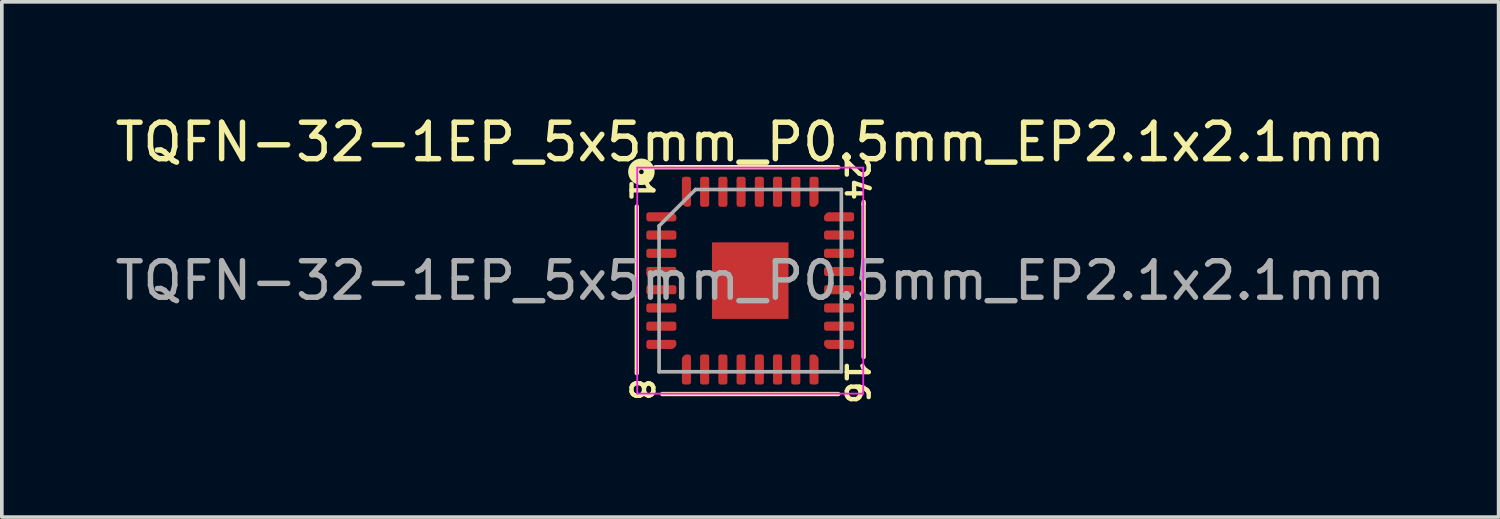
<source format=kicad_pcb>
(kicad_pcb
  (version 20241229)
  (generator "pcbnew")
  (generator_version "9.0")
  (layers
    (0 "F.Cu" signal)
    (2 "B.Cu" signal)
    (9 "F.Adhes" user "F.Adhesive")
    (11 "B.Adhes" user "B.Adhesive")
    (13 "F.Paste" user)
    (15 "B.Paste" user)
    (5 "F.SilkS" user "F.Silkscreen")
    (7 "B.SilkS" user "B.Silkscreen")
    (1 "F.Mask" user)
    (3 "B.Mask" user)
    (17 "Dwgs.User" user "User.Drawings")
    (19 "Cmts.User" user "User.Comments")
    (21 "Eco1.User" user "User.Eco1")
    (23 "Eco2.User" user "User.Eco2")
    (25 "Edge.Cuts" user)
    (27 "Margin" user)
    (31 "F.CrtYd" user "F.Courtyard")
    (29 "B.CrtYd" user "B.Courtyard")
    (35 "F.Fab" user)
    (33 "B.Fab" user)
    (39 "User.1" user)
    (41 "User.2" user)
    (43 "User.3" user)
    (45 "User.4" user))
  (footprint "TQFN-32-1EP_5x5mm_P0.5mm_EP2.1x2.1mm"
    (layer "F.Cu")
    (at 17.53 4.648)
    (property "Reference" "TQFN-32-1EP_5x5mm_P0.5mm_EP2.1x2.1mm" (at 0 -3.8 0) (layer "F.SilkS") (effects (font (size 1 1) (thickness 0.15))))
    (attr smd)
    (fp_line (start -3.111 -2.032) (end -3.111 2.54) (stroke (width 0.12) (type solid)) (layer "F.SilkS"))
    (fp_line (start -2.413 3.111) (end 2.413 3.111) (stroke (width 0.12) (type solid)) (layer "F.SilkS"))
    (fp_line (start 2.413 -3.111) (end -2.603 -3.111) (stroke (width 0.12) (type solid)) (layer "F.SilkS"))
    (fp_line (start 3.111 -2.095) (end 3.111 -2.159) (stroke (width 0.12) (type solid)) (layer "F.SilkS"))
    (fp_line (start 3.111 2.095) (end 3.111 -2.095) (stroke (width 0.12) (type solid)) (layer "F.SilkS"))
    (fp_circle (center -2.985 -2.985) (end -2.921 -2.985) (stroke (width 0.3) (type solid)) (fill no) (layer "F.SilkS"))
    (fp_line (start -3.1 -3.1) (end -3.1 3.1) (stroke (width 0.05) (type solid)) (layer "F.CrtYd"))
    (fp_line (start -3.1 3.1) (end 3.1 3.1) (stroke (width 0.05) (type solid)) (layer "F.CrtYd"))
    (fp_line (start 3.1 -3.1) (end -3.1 -3.1) (stroke (width 0.05) (type solid)) (layer "F.CrtYd"))
    (fp_line (start 3.1 3.1) (end 3.1 -3.1) (stroke (width 0.05) (type solid)) (layer "F.CrtYd"))
    (fp_line (start -2.5 -1.5) (end -1.5 -2.5) (stroke (width 0.1) (type solid)) (layer "F.Fab"))
    (fp_line (start -2.5 2.5) (end -2.5 -1.5) (stroke (width 0.1) (type solid)) (layer "F.Fab"))
    (fp_line (start -1.5 -2.5) (end 2.5 -2.5) (stroke (width 0.1) (type solid)) (layer "F.Fab"))
    (fp_line (start 2.5 -2.5) (end 2.5 2.5) (stroke (width 0.1) (type solid)) (layer "F.Fab"))
    (fp_line (start 2.5 2.5) (end -2.5 2.5) (stroke (width 0.1) (type solid)) (layer "F.Fab"))
    (fp_text user "1" (at -2.985 -2.477 270) (unlocked yes) (layer "F.SilkS") (effects (font (size 0.6 0.6) (thickness 0.12))))
    (fp_text user "16" (at 2.921 2.794 270) (unlocked yes) (layer "F.SilkS") (effects (font (size 0.6 0.6) (thickness 0.12))))
    (fp_text user "8" (at -2.985 2.985 270) (unlocked yes) (layer "F.SilkS") (effects (font (size 0.6 0.6) (thickness 0.12))))
    (fp_text user "24" (at 2.921 -2.794 270) (unlocked yes) (layer "F.SilkS") (effects (font (size 0.6 0.6) (thickness 0.12))))
    (fp_text user "${REFERENCE}" (at 0 0 0) (layer "F.Fab") (effects (font (size 1 1) (thickness 0.15))))
    (pad "" smd roundrect (at -0.525 -0.525) (size 0.85 0.85) (layers "F.Paste") (roundrect_rratio 0.25))
    (pad "" smd roundrect (at -0.525 0.525) (size 0.85 0.85) (layers "F.Paste") (roundrect_rratio 0.25))
    (pad "" smd roundrect (at 0.525 -0.525) (size 0.85 0.85) (layers "F.Paste") (roundrect_rratio 0.25))
    (pad "" smd roundrect (at 0.525 0.525) (size 0.85 0.85) (layers "F.Paste") (roundrect_rratio 0.25))
    (pad "1" smd custom (at -2.438 -1.75) (size 0.186 0.186) (layers "F.Cu" "F.Mask" "F.Paste") (options (anchor circle)) (primitives (gr_poly (pts (xy -0.35 -0.062) (xy 0.297 -0.062) (xy 0.35 -0.009) (xy 0.35 0.062) (xy -0.35 0.062)) (width 0.125) (fill yes))))
    (pad "2" smd roundrect (at -2.438 -1.25) (size 0.825 0.25) (layers "F.Cu" "F.Mask" "F.Paste") (roundrect_rratio 0.25))
    (pad "3" smd roundrect (at -2.438 -0.75) (size 0.825 0.25) (layers "F.Cu" "F.Mask" "F.Paste") (roundrect_rratio 0.25))
    (pad "4" smd roundrect (at -2.438 -0.25) (size 0.825 0.25) (layers "F.Cu" "F.Mask" "F.Paste") (roundrect_rratio 0.25))
    (pad "5" smd roundrect (at -2.438 0.25) (size 0.825 0.25) (layers "F.Cu" "F.Mask" "F.Paste") (roundrect_rratio 0.25))
    (pad "6" smd roundrect (at -2.438 0.75) (size 0.825 0.25) (layers "F.Cu" "F.Mask" "F.Paste") (roundrect_rratio 0.25))
    (pad "7" smd roundrect (at -2.438 1.25) (size 0.825 0.25) (layers "F.Cu" "F.Mask" "F.Paste") (roundrect_rratio 0.25))
    (pad "8" smd custom (at -2.438 1.75) (size 0.186 0.186) (layers "F.Cu" "F.Mask" "F.Paste") (options (anchor circle)) (primitives (gr_poly (pts (xy -0.35 -0.062) (xy 0.35 -0.062) (xy 0.35 0.009) (xy 0.297 0.062) (xy -0.35 0.062)) (width 0.125) (fill yes))))
    (pad "9" smd custom (at -1.75 2.438) (size 0.186 0.186) (layers "F.Cu" "F.Mask" "F.Paste") (options (anchor circle)) (primitives (gr_poly (pts (xy -0.062 -0.297) (xy -0.009 -0.35) (xy 0.062 -0.35) (xy 0.062 0.35) (xy -0.062 0.35)) (width 0.125) (fill yes))))
    (pad "10" smd roundrect (at -1.25 2.438) (size 0.25 0.825) (layers "F.Cu" "F.Mask" "F.Paste") (roundrect_rratio 0.25))
    (pad "11" smd roundrect (at -0.75 2.438) (size 0.25 0.825) (layers "F.Cu" "F.Mask" "F.Paste") (roundrect_rratio 0.25))
    (pad "12" smd roundrect (at -0.25 2.438) (size 0.25 0.825) (layers "F.Cu" "F.Mask" "F.Paste") (roundrect_rratio 0.25))
    (pad "13" smd roundrect (at 0.25 2.438) (size 0.25 0.825) (layers "F.Cu" "F.Mask" "F.Paste") (roundrect_rratio 0.25))
    (pad "14" smd roundrect (at 0.75 2.438) (size 0.25 0.825) (layers "F.Cu" "F.Mask" "F.Paste") (roundrect_rratio 0.25))
    (pad "15" smd roundrect (at 1.25 2.438) (size 0.25 0.825) (layers "F.Cu" "F.Mask" "F.Paste") (roundrect_rratio 0.25))
    (pad "16" smd custom (at 1.75 2.438) (size 0.186 0.186) (layers "F.Cu" "F.Mask" "F.Paste") (options (anchor circle)) (primitives (gr_poly (pts (xy -0.062 -0.35) (xy 0.009 -0.35) (xy 0.062 -0.297) (xy 0.062 0.35) (xy -0.062 0.35)) (width 0.125) (fill yes))))
    (pad "17" smd custom (at 2.438 1.75) (size 0.186 0.186) (layers "F.Cu" "F.Mask" "F.Paste") (options (anchor circle)) (primitives (gr_poly (pts (xy -0.35 -0.062) (xy 0.35 -0.062) (xy 0.35 0.062) (xy -0.297 0.062) (xy -0.35 0.009)) (width 0.125) (fill yes))))
    (pad "18" smd roundrect (at 2.438 1.25) (size 0.825 0.25) (layers "F.Cu" "F.Mask" "F.Paste") (roundrect_rratio 0.25))
    (pad "19" smd roundrect (at 2.438 0.75) (size 0.825 0.25) (layers "F.Cu" "F.Mask" "F.Paste") (roundrect_rratio 0.25))
    (pad "20" smd roundrect (at 2.438 0.25) (size 0.825 0.25) (layers "F.Cu" "F.Mask" "F.Paste") (roundrect_rratio 0.25))
    (pad "21" smd roundrect (at 2.438 -0.25) (size 0.825 0.25) (layers "F.Cu" "F.Mask" "F.Paste") (roundrect_rratio 0.25))
    (pad "22" smd roundrect (at 2.438 -0.75) (size 0.825 0.25) (layers "F.Cu" "F.Mask" "F.Paste") (roundrect_rratio 0.25))
    (pad "23" smd roundrect (at 2.438 -1.25) (size 0.825 0.25) (layers "F.Cu" "F.Mask" "F.Paste") (roundrect_rratio 0.25))
    (pad "24" smd custom (at 2.438 -1.75) (size 0.186 0.186) (layers "F.Cu" "F.Mask" "F.Paste") (options (anchor circle)) (primitives (gr_poly (pts (xy -0.35 -0.009) (xy -0.297 -0.062) (xy 0.35 -0.062) (xy 0.35 0.062) (xy -0.35 0.062)) (width 0.125) (fill yes))))
    (pad "25" smd custom (at 1.75 -2.438) (size 0.186 0.186) (layers "F.Cu" "F.Mask" "F.Paste") (options (anchor circle)) (primitives (gr_poly (pts (xy -0.062 -0.35) (xy 0.062 -0.35) (xy 0.062 0.297) (xy 0.009 0.35) (xy -0.062 0.35)) (width 0.125) (fill yes))))
    (pad "26" smd roundrect (at 1.25 -2.438) (size 0.25 0.825) (layers "F.Cu" "F.Mask" "F.Paste") (roundrect_rratio 0.25))
    (pad "27" smd roundrect (at 0.75 -2.438) (size 0.25 0.825) (layers "F.Cu" "F.Mask" "F.Paste") (roundrect_rratio 0.25))
    (pad "28" smd roundrect (at 0.25 -2.438) (size 0.25 0.825) (layers "F.Cu" "F.Mask" "F.Paste") (roundrect_rratio 0.25))
    (pad "29" smd roundrect (at -0.25 -2.438) (size 0.25 0.825) (layers "F.Cu" "F.Mask" "F.Paste") (roundrect_rratio 0.25))
    (pad "30" smd roundrect (at -0.75 -2.438) (size 0.25 0.825) (layers "F.Cu" "F.Mask" "F.Paste") (roundrect_rratio 0.25))
    (pad "31" smd roundrect (at -1.25 -2.438) (size 0.25 0.825) (layers "F.Cu" "F.Mask" "F.Paste") (roundrect_rratio 0.25))
    (pad "32" smd custom (at -1.75 -2.438) (size 0.186 0.186) (layers "F.Cu" "F.Mask" "F.Paste") (options (anchor circle)) (primitives (gr_poly (pts (xy -0.062 -0.35) (xy 0.062 -0.35) (xy 0.062 0.35) (xy -0.009 0.35) (xy -0.062 0.297)) (width 0.125) (fill yes))))
    (pad "33" smd rect (at 0 0) (size 2.1 2.1) (layers "F.Cu" "F.Mask")))
  (gr_rect
    (start -3 -3)
    (end 38.06 11.134)
    (stroke (width 0.1) (type default))
    (fill no)
    (layer "Edge.Cuts")))
</source>
